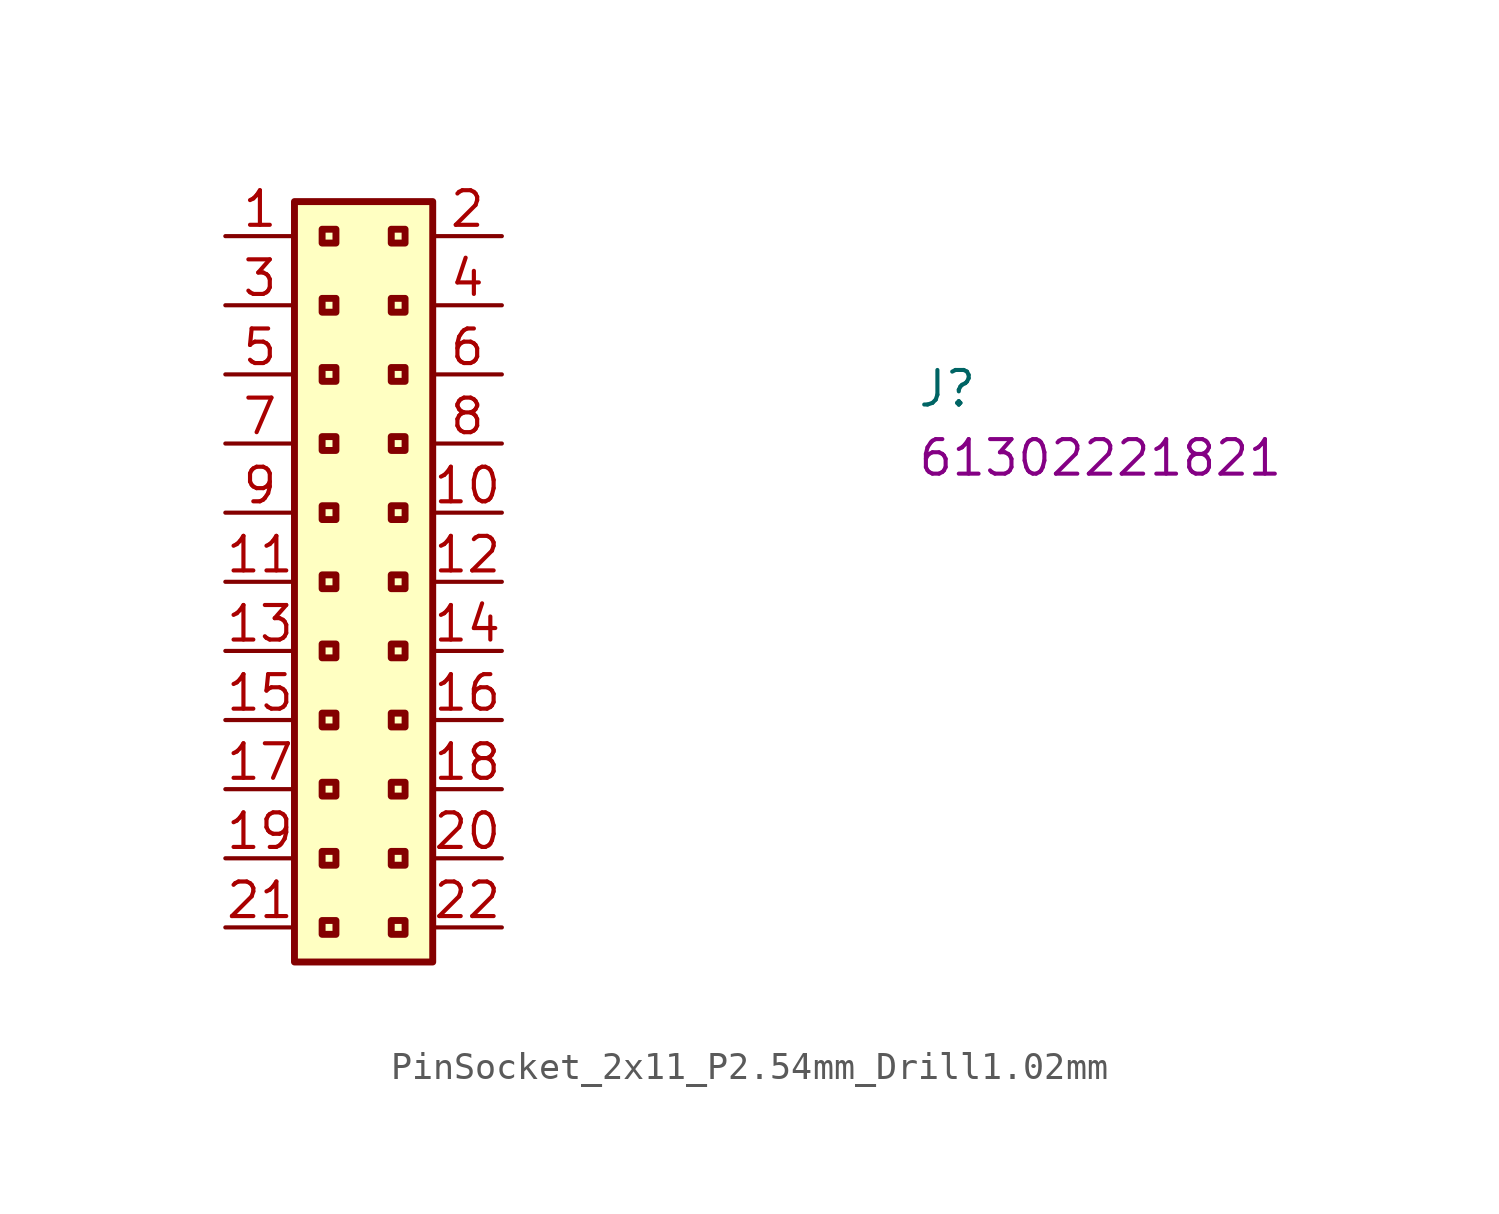
<source format=kicad_sym>
(kicad_symbol_lib
  (version 20220914)
  (generator kicad_symbol_editor)
  (symbol "PinSocket_2x11_P2.54mm_Drill1.02mm"
    (property "Reference" "J"
      (at 25.4 -6.35 0)
      (effects (font (size 1.27 1.27) (thickness 0.15)) (justify left bottom)))
    (property "MPN" "61302221821"
      (at 25.4 -8.89 0)
      (effects (font (size 1.27 1.27) (thickness 0.15)) (justify left bottom)))
    (symbol "PinSocket_2x11_P2.54mm_Drill1.02mm_1_1"
      (rectangle (start 2.54 1.27) (end 7.62 -26.67) (stroke (width 0.254) (type default)) (fill (type background)))
      (rectangle (start 3.556 -25.146) (end 4.064 -25.654) (stroke (width 0.254) (type default)) (fill (type background)))
      (rectangle (start 3.556 -22.606) (end 4.064 -23.114) (stroke (width 0.254) (type default)) (fill (type background)))
      (rectangle (start 3.556 -20.066) (end 4.064 -20.574) (stroke (width 0.254) (type default)) (fill (type background)))
      (rectangle (start 3.556 -17.526) (end 4.064 -18.034) (stroke (width 0.254) (type default)) (fill (type background)))
      (rectangle (start 3.556 -14.986) (end 4.064 -15.494) (stroke (width 0.254) (type default)) (fill (type background)))
      (rectangle (start 3.556 -12.446) (end 4.064 -12.954) (stroke (width 0.254) (type default)) (fill (type background)))
      (rectangle (start 3.556 -9.906) (end 4.064 -10.414) (stroke (width 0.254) (type default)) (fill (type background)))
      (rectangle (start 3.556 -7.366) (end 4.064 -7.874) (stroke (width 0.254) (type default)) (fill (type background)))
      (rectangle (start 3.556 -4.826) (end 4.064 -5.334) (stroke (width 0.254) (type default)) (fill (type background)))
      (rectangle (start 3.556 -2.286) (end 4.064 -2.794) (stroke (width 0.254) (type default)) (fill (type background)))
      (rectangle (start 3.556 0.254) (end 4.064 -0.254) (stroke (width 0.254) (type default)) (fill (type background)))
      (rectangle (start 6.096 -25.146) (end 6.604 -25.654) (stroke (width 0.254) (type default)) (fill (type background)))
      (rectangle (start 6.096 -22.606) (end 6.604 -23.114) (stroke (width 0.254) (type default)) (fill (type background)))
      (rectangle (start 6.096 -20.066) (end 6.604 -20.574) (stroke (width 0.254) (type default)) (fill (type background)))
      (rectangle (start 6.096 -17.526) (end 6.604 -18.034) (stroke (width 0.254) (type default)) (fill (type background)))
      (rectangle (start 6.096 -14.986) (end 6.604 -15.494) (stroke (width 0.254) (type default)) (fill (type background)))
      (rectangle (start 6.096 -12.446) (end 6.604 -12.954) (stroke (width 0.254) (type default)) (fill (type background)))
      (rectangle (start 6.096 -9.906) (end 6.604 -10.414) (stroke (width 0.254) (type default)) (fill (type background)))
      (rectangle (start 6.096 -7.366) (end 6.604 -7.874) (stroke (width 0.254) (type default)) (fill (type background)))
      (rectangle (start 6.096 -4.826) (end 6.604 -5.334) (stroke (width 0.254) (type default)) (fill (type background)))
      (rectangle (start 6.096 -2.286) (end 6.604 -2.794) (stroke (width 0.254) (type default)) (fill (type background)))
      (rectangle (start 6.096 0.254) (end 6.604 -0.254) (stroke (width 0.254) (type default)) (fill (type background)))
      (pin passive line (at 0 0 0) (length 2.54) (name "~" (effects (font (size 1.27 1.27)))) (number "1" (effects (font (size 1.27 1.27)))))
      (pin passive line (at 10.16 -10.16 180) (length 2.54) (name "~" (effects (font (size 1.27 1.27)))) (number "10" (effects (font (size 1.27 1.27)))))
      (pin passive line (at 0 -12.7 0) (length 2.54) (name "~" (effects (font (size 1.27 1.27)))) (number "11" (effects (font (size 1.27 1.27)))))
      (pin passive line (at 10.16 -12.7 180) (length 2.54) (name "~" (effects (font (size 1.27 1.27)))) (number "12" (effects (font (size 1.27 1.27)))))
      (pin passive line (at 0 -15.24 0) (length 2.54) (name "~" (effects (font (size 1.27 1.27)))) (number "13" (effects (font (size 1.27 1.27)))))
      (pin passive line (at 10.16 -15.24 180) (length 2.54) (name "~" (effects (font (size 1.27 1.27)))) (number "14" (effects (font (size 1.27 1.27)))))
      (pin passive line (at 0 -17.78 0) (length 2.54) (name "~" (effects (font (size 1.27 1.27)))) (number "15" (effects (font (size 1.27 1.27)))))
      (pin passive line (at 10.16 -17.78 180) (length 2.54) (name "~" (effects (font (size 1.27 1.27)))) (number "16" (effects (font (size 1.27 1.27)))))
      (pin passive line (at 0 -20.32 0) (length 2.54) (name "~" (effects (font (size 1.27 1.27)))) (number "17" (effects (font (size 1.27 1.27)))))
      (pin passive line (at 10.16 -20.32 180) (length 2.54) (name "~" (effects (font (size 1.27 1.27)))) (number "18" (effects (font (size 1.27 1.27)))))
      (pin passive line (at 0 -22.86 0) (length 2.54) (name "~" (effects (font (size 1.27 1.27)))) (number "19" (effects (font (size 1.27 1.27)))))
      (pin passive line (at 10.16 0 180) (length 2.54) (name "~" (effects (font (size 1.27 1.27)))) (number "2" (effects (font (size 1.27 1.27)))))
      (pin passive line (at 10.16 -22.86 180) (length 2.54) (name "~" (effects (font (size 1.27 1.27)))) (number "20" (effects (font (size 1.27 1.27)))))
      (pin passive line (at 0 -25.4 0) (length 2.54) (name "~" (effects (font (size 1.27 1.27)))) (number "21" (effects (font (size 1.27 1.27)))))
      (pin passive line (at 10.16 -25.4 180) (length 2.54) (name "~" (effects (font (size 1.27 1.27)))) (number "22" (effects (font (size 1.27 1.27)))))
      (pin passive line (at 0 -2.54 0) (length 2.54) (name "~" (effects (font (size 1.27 1.27)))) (number "3" (effects (font (size 1.27 1.27)))))
      (pin passive line (at 10.16 -2.54 180) (length 2.54) (name "~" (effects (font (size 1.27 1.27)))) (number "4" (effects (font (size 1.27 1.27)))))
      (pin passive line (at 0 -5.08 0) (length 2.54) (name "~" (effects (font (size 1.27 1.27)))) (number "5" (effects (font (size 1.27 1.27)))))
      (pin passive line (at 10.16 -5.08 180) (length 2.54) (name "~" (effects (font (size 1.27 1.27)))) (number "6" (effects (font (size 1.27 1.27)))))
      (pin passive line (at 0 -7.62 0) (length 2.54) (name "~" (effects (font (size 1.27 1.27)))) (number "7" (effects (font (size 1.27 1.27)))))
      (pin passive line (at 10.16 -7.62 180) (length 2.54) (name "~" (effects (font (size 1.27 1.27)))) (number "8" (effects (font (size 1.27 1.27)))))
      (pin passive line (at 0 -10.16 0) (length 2.54) (name "~" (effects (font (size 1.27 1.27)))) (number "9" (effects (font (size 1.27 1.27))))))))
</source>
